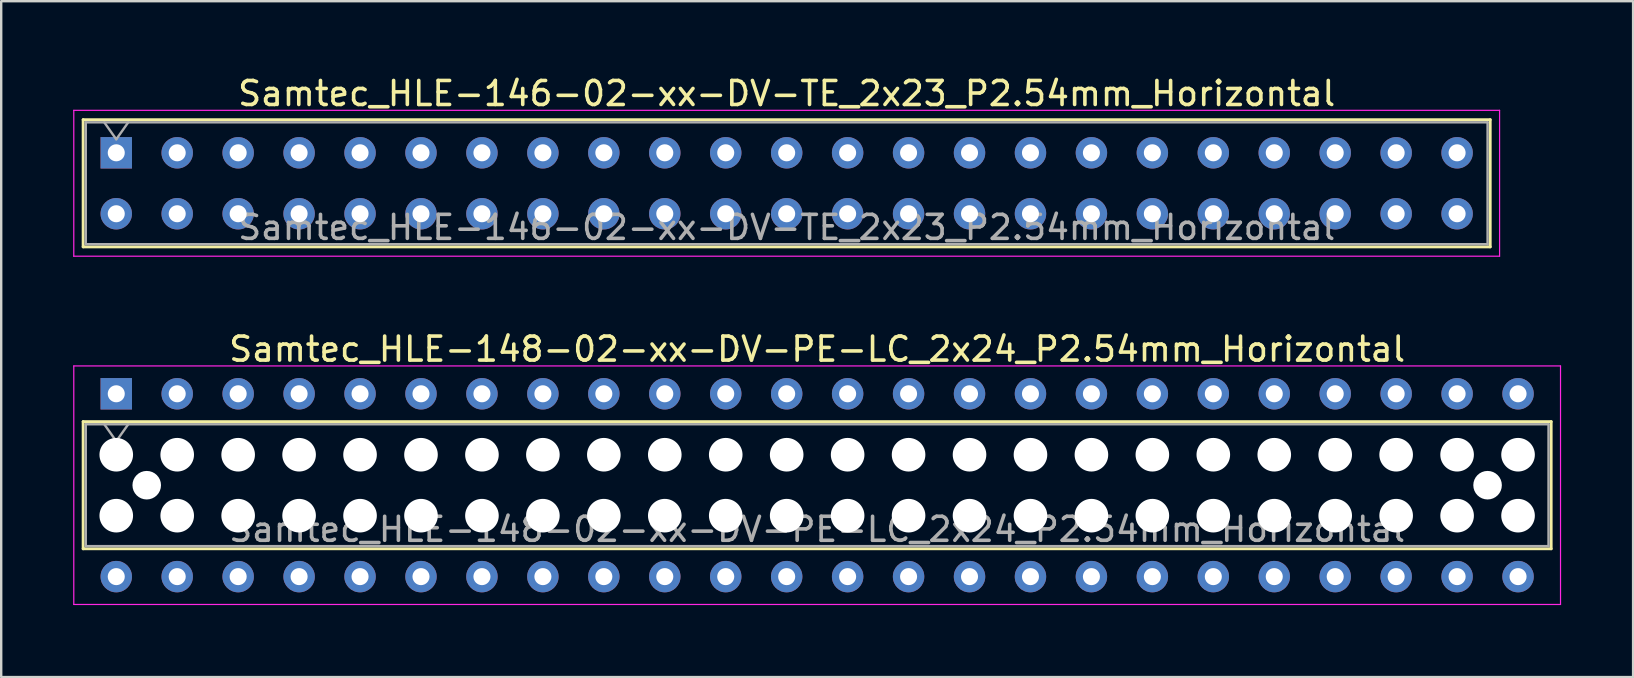
<source format=kicad_pcb>
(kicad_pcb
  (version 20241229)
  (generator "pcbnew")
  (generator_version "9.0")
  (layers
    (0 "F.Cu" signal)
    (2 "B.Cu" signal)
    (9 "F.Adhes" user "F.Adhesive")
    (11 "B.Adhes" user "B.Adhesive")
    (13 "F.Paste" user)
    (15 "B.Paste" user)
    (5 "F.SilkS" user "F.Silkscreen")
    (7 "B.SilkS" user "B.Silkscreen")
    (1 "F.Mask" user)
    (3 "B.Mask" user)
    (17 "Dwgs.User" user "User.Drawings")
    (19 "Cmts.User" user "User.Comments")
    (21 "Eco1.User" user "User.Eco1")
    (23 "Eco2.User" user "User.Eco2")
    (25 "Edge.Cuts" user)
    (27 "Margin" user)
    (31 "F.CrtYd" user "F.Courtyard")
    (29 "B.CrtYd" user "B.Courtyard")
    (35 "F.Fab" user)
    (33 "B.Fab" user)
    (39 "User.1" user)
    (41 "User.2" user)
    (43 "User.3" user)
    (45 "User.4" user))
  (footprint "Samtec_HLE-146-02-xx-DV-TE_2x23_P2.54mm_Horizontal"
    (layer "F.Cu")
    (at 1.795 3.318)
    (property "Reference" "Samtec_HLE-146-02-xx-DV-TE_2x23_P2.54mm_Horizontal" (at 27.94 -2.47 0) (layer "F.SilkS") (effects (font (size 1 1) (thickness 0.15))))
    (attr through_hole)
    (fp_line (start -1.38 -1.38) (end 57.26 -1.38) (stroke (width 0.12) (type solid)) (layer "F.SilkS"))
    (fp_line (start -1.38 3.92) (end -1.38 -1.38) (stroke (width 0.12) (type solid)) (layer "F.SilkS"))
    (fp_line (start 57.26 -1.38) (end 57.26 3.92) (stroke (width 0.12) (type solid)) (layer "F.SilkS"))
    (fp_line (start 57.26 3.92) (end -1.38 3.92) (stroke (width 0.12) (type solid)) (layer "F.SilkS"))
    (fp_line (start -1.77 -1.77) (end 57.65 -1.77) (stroke (width 0.05) (type solid)) (layer "F.CrtYd"))
    (fp_line (start -1.77 4.31) (end -1.77 -1.77) (stroke (width 0.05) (type solid)) (layer "F.CrtYd"))
    (fp_line (start 57.65 -1.77) (end 57.65 4.31) (stroke (width 0.05) (type solid)) (layer "F.CrtYd"))
    (fp_line (start 57.65 4.31) (end -1.77 4.31) (stroke (width 0.05) (type solid)) (layer "F.CrtYd"))
    (fp_line (start -1.27 -1.27) (end 57.15 -1.27) (stroke (width 0.1) (type solid)) (layer "F.Fab"))
    (fp_line (start -1.27 3.81) (end -1.27 -1.27) (stroke (width 0.1) (type solid)) (layer "F.Fab"))
    (fp_line (start -0.5 -1.27) (end 0 -0.563) (stroke (width 0.1) (type solid)) (layer "F.Fab"))
    (fp_line (start 0 -0.563) (end 0.5 -1.27) (stroke (width 0.1) (type solid)) (layer "F.Fab"))
    (fp_line (start 57.15 -1.27) (end 57.15 3.81) (stroke (width 0.1) (type solid)) (layer "F.Fab"))
    (fp_line (start 57.15 3.81) (end -1.27 3.81) (stroke (width 0.1) (type solid)) (layer "F.Fab"))
    (fp_text user "${REFERENCE}" (at 27.94 3.11 0) (layer "F.Fab") (effects (font (size 1 1) (thickness 0.15))))
    (pad "1" thru_hole rect (at 0 0) (size 1.31 1.31) (drill 0.71) (layers "*.Cu" "*.Mask"))
    (pad "2" thru_hole circle (at 0 2.54) (size 1.31 1.31) (drill 0.71) (layers "*.Cu" "*.Mask"))
    (pad "3" thru_hole circle (at 2.54 0) (size 1.31 1.31) (drill 0.71) (layers "*.Cu" "*.Mask"))
    (pad "4" thru_hole circle (at 2.54 2.54) (size 1.31 1.31) (drill 0.71) (layers "*.Cu" "*.Mask"))
    (pad "5" thru_hole circle (at 5.08 0) (size 1.31 1.31) (drill 0.71) (layers "*.Cu" "*.Mask"))
    (pad "6" thru_hole circle (at 5.08 2.54) (size 1.31 1.31) (drill 0.71) (layers "*.Cu" "*.Mask"))
    (pad "7" thru_hole circle (at 7.62 0) (size 1.31 1.31) (drill 0.71) (layers "*.Cu" "*.Mask"))
    (pad "8" thru_hole circle (at 7.62 2.54) (size 1.31 1.31) (drill 0.71) (layers "*.Cu" "*.Mask"))
    (pad "9" thru_hole circle (at 10.16 0) (size 1.31 1.31) (drill 0.71) (layers "*.Cu" "*.Mask"))
    (pad "10" thru_hole circle (at 10.16 2.54) (size 1.31 1.31) (drill 0.71) (layers "*.Cu" "*.Mask"))
    (pad "11" thru_hole circle (at 12.7 0) (size 1.31 1.31) (drill 0.71) (layers "*.Cu" "*.Mask"))
    (pad "12" thru_hole circle (at 12.7 2.54) (size 1.31 1.31) (drill 0.71) (layers "*.Cu" "*.Mask"))
    (pad "13" thru_hole circle (at 15.24 0) (size 1.31 1.31) (drill 0.71) (layers "*.Cu" "*.Mask"))
    (pad "14" thru_hole circle (at 15.24 2.54) (size 1.31 1.31) (drill 0.71) (layers "*.Cu" "*.Mask"))
    (pad "15" thru_hole circle (at 17.78 0) (size 1.31 1.31) (drill 0.71) (layers "*.Cu" "*.Mask"))
    (pad "16" thru_hole circle (at 17.78 2.54) (size 1.31 1.31) (drill 0.71) (layers "*.Cu" "*.Mask"))
    (pad "17" thru_hole circle (at 20.32 0) (size 1.31 1.31) (drill 0.71) (layers "*.Cu" "*.Mask"))
    (pad "18" thru_hole circle (at 20.32 2.54) (size 1.31 1.31) (drill 0.71) (layers "*.Cu" "*.Mask"))
    (pad "19" thru_hole circle (at 22.86 0) (size 1.31 1.31) (drill 0.71) (layers "*.Cu" "*.Mask"))
    (pad "20" thru_hole circle (at 22.86 2.54) (size 1.31 1.31) (drill 0.71) (layers "*.Cu" "*.Mask"))
    (pad "21" thru_hole circle (at 25.4 0) (size 1.31 1.31) (drill 0.71) (layers "*.Cu" "*.Mask"))
    (pad "22" thru_hole circle (at 25.4 2.54) (size 1.31 1.31) (drill 0.71) (layers "*.Cu" "*.Mask"))
    (pad "23" thru_hole circle (at 27.94 0) (size 1.31 1.31) (drill 0.71) (layers "*.Cu" "*.Mask"))
    (pad "24" thru_hole circle (at 27.94 2.54) (size 1.31 1.31) (drill 0.71) (layers "*.Cu" "*.Mask"))
    (pad "25" thru_hole circle (at 30.48 0) (size 1.31 1.31) (drill 0.71) (layers "*.Cu" "*.Mask"))
    (pad "26" thru_hole circle (at 30.48 2.54) (size 1.31 1.31) (drill 0.71) (layers "*.Cu" "*.Mask"))
    (pad "27" thru_hole circle (at 33.02 0) (size 1.31 1.31) (drill 0.71) (layers "*.Cu" "*.Mask"))
    (pad "28" thru_hole circle (at 33.02 2.54) (size 1.31 1.31) (drill 0.71) (layers "*.Cu" "*.Mask"))
    (pad "29" thru_hole circle (at 35.56 0) (size 1.31 1.31) (drill 0.71) (layers "*.Cu" "*.Mask"))
    (pad "30" thru_hole circle (at 35.56 2.54) (size 1.31 1.31) (drill 0.71) (layers "*.Cu" "*.Mask"))
    (pad "31" thru_hole circle (at 38.1 0) (size 1.31 1.31) (drill 0.71) (layers "*.Cu" "*.Mask"))
    (pad "32" thru_hole circle (at 38.1 2.54) (size 1.31 1.31) (drill 0.71) (layers "*.Cu" "*.Mask"))
    (pad "33" thru_hole circle (at 40.64 0) (size 1.31 1.31) (drill 0.71) (layers "*.Cu" "*.Mask"))
    (pad "34" thru_hole circle (at 40.64 2.54) (size 1.31 1.31) (drill 0.71) (layers "*.Cu" "*.Mask"))
    (pad "35" thru_hole circle (at 43.18 0) (size 1.31 1.31) (drill 0.71) (layers "*.Cu" "*.Mask"))
    (pad "36" thru_hole circle (at 43.18 2.54) (size 1.31 1.31) (drill 0.71) (layers "*.Cu" "*.Mask"))
    (pad "37" thru_hole circle (at 45.72 0) (size 1.31 1.31) (drill 0.71) (layers "*.Cu" "*.Mask"))
    (pad "38" thru_hole circle (at 45.72 2.54) (size 1.31 1.31) (drill 0.71) (layers "*.Cu" "*.Mask"))
    (pad "39" thru_hole circle (at 48.26 0) (size 1.31 1.31) (drill 0.71) (layers "*.Cu" "*.Mask"))
    (pad "40" thru_hole circle (at 48.26 2.54) (size 1.31 1.31) (drill 0.71) (layers "*.Cu" "*.Mask"))
    (pad "41" thru_hole circle (at 50.8 0) (size 1.31 1.31) (drill 0.71) (layers "*.Cu" "*.Mask"))
    (pad "42" thru_hole circle (at 50.8 2.54) (size 1.31 1.31) (drill 0.71) (layers "*.Cu" "*.Mask"))
    (pad "43" thru_hole circle (at 53.34 0) (size 1.31 1.31) (drill 0.71) (layers "*.Cu" "*.Mask"))
    (pad "44" thru_hole circle (at 53.34 2.54) (size 1.31 1.31) (drill 0.71) (layers "*.Cu" "*.Mask"))
    (pad "45" thru_hole circle (at 55.88 0) (size 1.31 1.31) (drill 0.71) (layers "*.Cu" "*.Mask"))
    (pad "46" thru_hole circle (at 55.88 2.54) (size 1.31 1.31) (drill 0.71) (layers "*.Cu" "*.Mask")))
  (footprint "Samtec_HLE-148-02-xx-DV-PE-LC_2x24_P2.54mm_Horizontal"
    (layer "F.Cu")
    (at 1.795 13.361)
    (property "Reference" "Samtec_HLE-148-02-xx-DV-PE-LC_2x24_P2.54mm_Horizontal" (at 29.21 -1.86 0) (layer "F.SilkS") (effects (font (size 1 1) (thickness 0.15))))
    (attr through_hole)
    (fp_line (start -1.38 1.16) (end 59.8 1.16) (stroke (width 0.12) (type solid)) (layer "F.SilkS"))
    (fp_line (start -1.38 6.46) (end -1.38 1.16) (stroke (width 0.12) (type solid)) (layer "F.SilkS"))
    (fp_line (start 59.8 1.16) (end 59.8 6.46) (stroke (width 0.12) (type solid)) (layer "F.SilkS"))
    (fp_line (start 59.8 6.46) (end -1.38 6.46) (stroke (width 0.12) (type solid)) (layer "F.SilkS"))
    (fp_line (start -1.77 -1.16) (end 60.19 -1.16) (stroke (width 0.05) (type solid)) (layer "F.CrtYd"))
    (fp_line (start -1.77 8.78) (end -1.77 -1.16) (stroke (width 0.05) (type solid)) (layer "F.CrtYd"))
    (fp_line (start 60.19 -1.16) (end 60.19 8.78) (stroke (width 0.05) (type solid)) (layer "F.CrtYd"))
    (fp_line (start 60.19 8.78) (end -1.77 8.78) (stroke (width 0.05) (type solid)) (layer "F.CrtYd"))
    (fp_line (start -1.27 1.27) (end 59.69 1.27) (stroke (width 0.1) (type solid)) (layer "F.Fab"))
    (fp_line (start -1.27 6.35) (end -1.27 1.27) (stroke (width 0.1) (type solid)) (layer "F.Fab"))
    (fp_line (start -0.5 1.27) (end 0 1.977) (stroke (width 0.1) (type solid)) (layer "F.Fab"))
    (fp_line (start 0 1.977) (end 0.5 1.27) (stroke (width 0.1) (type solid)) (layer "F.Fab"))
    (fp_line (start 59.69 1.27) (end 59.69 6.35) (stroke (width 0.1) (type solid)) (layer "F.Fab"))
    (fp_line (start 59.69 6.35) (end -1.27 6.35) (stroke (width 0.1) (type solid)) (layer "F.Fab"))
    (fp_text user "${REFERENCE}" (at 29.21 5.65 0) (layer "F.Fab") (effects (font (size 1 1) (thickness 0.15))))
    (pad "" np_thru_hole circle (at 0 2.54) (size 1.4 1.4) (drill 1.4) (layers "*.Cu" "*.Mask"))
    (pad "" np_thru_hole circle (at 0 5.08) (size 1.4 1.4) (drill 1.4) (layers "*.Cu" "*.Mask"))
    (pad "" np_thru_hole circle (at 1.27 3.81) (size 1.19 1.19) (drill 1.19) (layers "*.Cu" "*.Mask"))
    (pad "" np_thru_hole circle (at 2.54 2.54) (size 1.4 1.4) (drill 1.4) (layers "*.Cu" "*.Mask"))
    (pad "" np_thru_hole circle (at 2.54 5.08) (size 1.4 1.4) (drill 1.4) (layers "*.Cu" "*.Mask"))
    (pad "" np_thru_hole circle (at 5.08 2.54) (size 1.4 1.4) (drill 1.4) (layers "*.Cu" "*.Mask"))
    (pad "" np_thru_hole circle (at 5.08 5.08) (size 1.4 1.4) (drill 1.4) (layers "*.Cu" "*.Mask"))
    (pad "" np_thru_hole circle (at 7.62 2.54) (size 1.4 1.4) (drill 1.4) (layers "*.Cu" "*.Mask"))
    (pad "" np_thru_hole circle (at 7.62 5.08) (size 1.4 1.4) (drill 1.4) (layers "*.Cu" "*.Mask"))
    (pad "" np_thru_hole circle (at 10.16 2.54) (size 1.4 1.4) (drill 1.4) (layers "*.Cu" "*.Mask"))
    (pad "" np_thru_hole circle (at 10.16 5.08) (size 1.4 1.4) (drill 1.4) (layers "*.Cu" "*.Mask"))
    (pad "" np_thru_hole circle (at 12.7 2.54) (size 1.4 1.4) (drill 1.4) (layers "*.Cu" "*.Mask"))
    (pad "" np_thru_hole circle (at 12.7 5.08) (size 1.4 1.4) (drill 1.4) (layers "*.Cu" "*.Mask"))
    (pad "" np_thru_hole circle (at 15.24 2.54) (size 1.4 1.4) (drill 1.4) (layers "*.Cu" "*.Mask"))
    (pad "" np_thru_hole circle (at 15.24 5.08) (size 1.4 1.4) (drill 1.4) (layers "*.Cu" "*.Mask"))
    (pad "" np_thru_hole circle (at 17.78 2.54) (size 1.4 1.4) (drill 1.4) (layers "*.Cu" "*.Mask"))
    (pad "" np_thru_hole circle (at 17.78 5.08) (size 1.4 1.4) (drill 1.4) (layers "*.Cu" "*.Mask"))
    (pad "" np_thru_hole circle (at 20.32 2.54) (size 1.4 1.4) (drill 1.4) (layers "*.Cu" "*.Mask"))
    (pad "" np_thru_hole circle (at 20.32 5.08) (size 1.4 1.4) (drill 1.4) (layers "*.Cu" "*.Mask"))
    (pad "" np_thru_hole circle (at 22.86 2.54) (size 1.4 1.4) (drill 1.4) (layers "*.Cu" "*.Mask"))
    (pad "" np_thru_hole circle (at 22.86 5.08) (size 1.4 1.4) (drill 1.4) (layers "*.Cu" "*.Mask"))
    (pad "" np_thru_hole circle (at 25.4 2.54) (size 1.4 1.4) (drill 1.4) (layers "*.Cu" "*.Mask"))
    (pad "" np_thru_hole circle (at 25.4 5.08) (size 1.4 1.4) (drill 1.4) (layers "*.Cu" "*.Mask"))
    (pad "" np_thru_hole circle (at 27.94 2.54) (size 1.4 1.4) (drill 1.4) (layers "*.Cu" "*.Mask"))
    (pad "" np_thru_hole circle (at 27.94 5.08) (size 1.4 1.4) (drill 1.4) (layers "*.Cu" "*.Mask"))
    (pad "" np_thru_hole circle (at 30.48 2.54) (size 1.4 1.4) (drill 1.4) (layers "*.Cu" "*.Mask"))
    (pad "" np_thru_hole circle (at 30.48 5.08) (size 1.4 1.4) (drill 1.4) (layers "*.Cu" "*.Mask"))
    (pad "" np_thru_hole circle (at 33.02 2.54) (size 1.4 1.4) (drill 1.4) (layers "*.Cu" "*.Mask"))
    (pad "" np_thru_hole circle (at 33.02 5.08) (size 1.4 1.4) (drill 1.4) (layers "*.Cu" "*.Mask"))
    (pad "" np_thru_hole circle (at 35.56 2.54) (size 1.4 1.4) (drill 1.4) (layers "*.Cu" "*.Mask"))
    (pad "" np_thru_hole circle (at 35.56 5.08) (size 1.4 1.4) (drill 1.4) (layers "*.Cu" "*.Mask"))
    (pad "" np_thru_hole circle (at 38.1 2.54) (size 1.4 1.4) (drill 1.4) (layers "*.Cu" "*.Mask"))
    (pad "" np_thru_hole circle (at 38.1 5.08) (size 1.4 1.4) (drill 1.4) (layers "*.Cu" "*.Mask"))
    (pad "" np_thru_hole circle (at 40.64 2.54) (size 1.4 1.4) (drill 1.4) (layers "*.Cu" "*.Mask"))
    (pad "" np_thru_hole circle (at 40.64 5.08) (size 1.4 1.4) (drill 1.4) (layers "*.Cu" "*.Mask"))
    (pad "" np_thru_hole circle (at 43.18 2.54) (size 1.4 1.4) (drill 1.4) (layers "*.Cu" "*.Mask"))
    (pad "" np_thru_hole circle (at 43.18 5.08) (size 1.4 1.4) (drill 1.4) (layers "*.Cu" "*.Mask"))
    (pad "" np_thru_hole circle (at 45.72 2.54) (size 1.4 1.4) (drill 1.4) (layers "*.Cu" "*.Mask"))
    (pad "" np_thru_hole circle (at 45.72 5.08) (size 1.4 1.4) (drill 1.4) (layers "*.Cu" "*.Mask"))
    (pad "" np_thru_hole circle (at 48.26 2.54) (size 1.4 1.4) (drill 1.4) (layers "*.Cu" "*.Mask"))
    (pad "" np_thru_hole circle (at 48.26 5.08) (size 1.4 1.4) (drill 1.4) (layers "*.Cu" "*.Mask"))
    (pad "" np_thru_hole circle (at 50.8 2.54) (size 1.4 1.4) (drill 1.4) (layers "*.Cu" "*.Mask"))
    (pad "" np_thru_hole circle (at 50.8 5.08) (size 1.4 1.4) (drill 1.4) (layers "*.Cu" "*.Mask"))
    (pad "" np_thru_hole circle (at 53.34 2.54) (size 1.4 1.4) (drill 1.4) (layers "*.Cu" "*.Mask"))
    (pad "" np_thru_hole circle (at 53.34 5.08) (size 1.4 1.4) (drill 1.4) (layers "*.Cu" "*.Mask"))
    (pad "" np_thru_hole circle (at 55.88 2.54) (size 1.4 1.4) (drill 1.4) (layers "*.Cu" "*.Mask"))
    (pad "" np_thru_hole circle (at 55.88 5.08) (size 1.4 1.4) (drill 1.4) (layers "*.Cu" "*.Mask"))
    (pad "" np_thru_hole circle (at 57.15 3.81) (size 1.19 1.19) (drill 1.19) (layers "*.Cu" "*.Mask"))
    (pad "" np_thru_hole circle (at 58.42 2.54) (size 1.4 1.4) (drill 1.4) (layers "*.Cu" "*.Mask"))
    (pad "" np_thru_hole circle (at 58.42 5.08) (size 1.4 1.4) (drill 1.4) (layers "*.Cu" "*.Mask"))
    (pad "1" thru_hole rect (at 0 0) (size 1.31 1.31) (drill 0.71) (layers "*.Cu" "*.Mask"))
    (pad "2" thru_hole circle (at 0 7.62) (size 1.31 1.31) (drill 0.71) (layers "*.Cu" "*.Mask"))
    (pad "3" thru_hole circle (at 2.54 0) (size 1.31 1.31) (drill 0.71) (layers "*.Cu" "*.Mask"))
    (pad "4" thru_hole circle (at 2.54 7.62) (size 1.31 1.31) (drill 0.71) (layers "*.Cu" "*.Mask"))
    (pad "5" thru_hole circle (at 5.08 0) (size 1.31 1.31) (drill 0.71) (layers "*.Cu" "*.Mask"))
    (pad "6" thru_hole circle (at 5.08 7.62) (size 1.31 1.31) (drill 0.71) (layers "*.Cu" "*.Mask"))
    (pad "7" thru_hole circle (at 7.62 0) (size 1.31 1.31) (drill 0.71) (layers "*.Cu" "*.Mask"))
    (pad "8" thru_hole circle (at 7.62 7.62) (size 1.31 1.31) (drill 0.71) (layers "*.Cu" "*.Mask"))
    (pad "9" thru_hole circle (at 10.16 0) (size 1.31 1.31) (drill 0.71) (layers "*.Cu" "*.Mask"))
    (pad "10" thru_hole circle (at 10.16 7.62) (size 1.31 1.31) (drill 0.71) (layers "*.Cu" "*.Mask"))
    (pad "11" thru_hole circle (at 12.7 0) (size 1.31 1.31) (drill 0.71) (layers "*.Cu" "*.Mask"))
    (pad "12" thru_hole circle (at 12.7 7.62) (size 1.31 1.31) (drill 0.71) (layers "*.Cu" "*.Mask"))
    (pad "13" thru_hole circle (at 15.24 0) (size 1.31 1.31) (drill 0.71) (layers "*.Cu" "*.Mask"))
    (pad "14" thru_hole circle (at 15.24 7.62) (size 1.31 1.31) (drill 0.71) (layers "*.Cu" "*.Mask"))
    (pad "15" thru_hole circle (at 17.78 0) (size 1.31 1.31) (drill 0.71) (layers "*.Cu" "*.Mask"))
    (pad "16" thru_hole circle (at 17.78 7.62) (size 1.31 1.31) (drill 0.71) (layers "*.Cu" "*.Mask"))
    (pad "17" thru_hole circle (at 20.32 0) (size 1.31 1.31) (drill 0.71) (layers "*.Cu" "*.Mask"))
    (pad "18" thru_hole circle (at 20.32 7.62) (size 1.31 1.31) (drill 0.71) (layers "*.Cu" "*.Mask"))
    (pad "19" thru_hole circle (at 22.86 0) (size 1.31 1.31) (drill 0.71) (layers "*.Cu" "*.Mask"))
    (pad "20" thru_hole circle (at 22.86 7.62) (size 1.31 1.31) (drill 0.71) (layers "*.Cu" "*.Mask"))
    (pad "21" thru_hole circle (at 25.4 0) (size 1.31 1.31) (drill 0.71) (layers "*.Cu" "*.Mask"))
    (pad "22" thru_hole circle (at 25.4 7.62) (size 1.31 1.31) (drill 0.71) (layers "*.Cu" "*.Mask"))
    (pad "23" thru_hole circle (at 27.94 0) (size 1.31 1.31) (drill 0.71) (layers "*.Cu" "*.Mask"))
    (pad "24" thru_hole circle (at 27.94 7.62) (size 1.31 1.31) (drill 0.71) (layers "*.Cu" "*.Mask"))
    (pad "25" thru_hole circle (at 30.48 0) (size 1.31 1.31) (drill 0.71) (layers "*.Cu" "*.Mask"))
    (pad "26" thru_hole circle (at 30.48 7.62) (size 1.31 1.31) (drill 0.71) (layers "*.Cu" "*.Mask"))
    (pad "27" thru_hole circle (at 33.02 0) (size 1.31 1.31) (drill 0.71) (layers "*.Cu" "*.Mask"))
    (pad "28" thru_hole circle (at 33.02 7.62) (size 1.31 1.31) (drill 0.71) (layers "*.Cu" "*.Mask"))
    (pad "29" thru_hole circle (at 35.56 0) (size 1.31 1.31) (drill 0.71) (layers "*.Cu" "*.Mask"))
    (pad "30" thru_hole circle (at 35.56 7.62) (size 1.31 1.31) (drill 0.71) (layers "*.Cu" "*.Mask"))
    (pad "31" thru_hole circle (at 38.1 0) (size 1.31 1.31) (drill 0.71) (layers "*.Cu" "*.Mask"))
    (pad "32" thru_hole circle (at 38.1 7.62) (size 1.31 1.31) (drill 0.71) (layers "*.Cu" "*.Mask"))
    (pad "33" thru_hole circle (at 40.64 0) (size 1.31 1.31) (drill 0.71) (layers "*.Cu" "*.Mask"))
    (pad "34" thru_hole circle (at 40.64 7.62) (size 1.31 1.31) (drill 0.71) (layers "*.Cu" "*.Mask"))
    (pad "35" thru_hole circle (at 43.18 0) (size 1.31 1.31) (drill 0.71) (layers "*.Cu" "*.Mask"))
    (pad "36" thru_hole circle (at 43.18 7.62) (size 1.31 1.31) (drill 0.71) (layers "*.Cu" "*.Mask"))
    (pad "37" thru_hole circle (at 45.72 0) (size 1.31 1.31) (drill 0.71) (layers "*.Cu" "*.Mask"))
    (pad "38" thru_hole circle (at 45.72 7.62) (size 1.31 1.31) (drill 0.71) (layers "*.Cu" "*.Mask"))
    (pad "39" thru_hole circle (at 48.26 0) (size 1.31 1.31) (drill 0.71) (layers "*.Cu" "*.Mask"))
    (pad "40" thru_hole circle (at 48.26 7.62) (size 1.31 1.31) (drill 0.71) (layers "*.Cu" "*.Mask"))
    (pad "41" thru_hole circle (at 50.8 0) (size 1.31 1.31) (drill 0.71) (layers "*.Cu" "*.Mask"))
    (pad "42" thru_hole circle (at 50.8 7.62) (size 1.31 1.31) (drill 0.71) (layers "*.Cu" "*.Mask"))
    (pad "43" thru_hole circle (at 53.34 0) (size 1.31 1.31) (drill 0.71) (layers "*.Cu" "*.Mask"))
    (pad "44" thru_hole circle (at 53.34 7.62) (size 1.31 1.31) (drill 0.71) (layers "*.Cu" "*.Mask"))
    (pad "45" thru_hole circle (at 55.88 0) (size 1.31 1.31) (drill 0.71) (layers "*.Cu" "*.Mask"))
    (pad "46" thru_hole circle (at 55.88 7.62) (size 1.31 1.31) (drill 0.71) (layers "*.Cu" "*.Mask"))
    (pad "47" thru_hole circle (at 58.42 0) (size 1.31 1.31) (drill 0.71) (layers "*.Cu" "*.Mask"))
    (pad "48" thru_hole circle (at 58.42 7.62) (size 1.31 1.31) (drill 0.71) (layers "*.Cu" "*.Mask")))
  (gr_rect
    (start -3 -3)
    (end 65.01 25.166)
    (stroke (width 0.1) (type default))
    (fill no)
    (layer "Edge.Cuts")))
</source>
